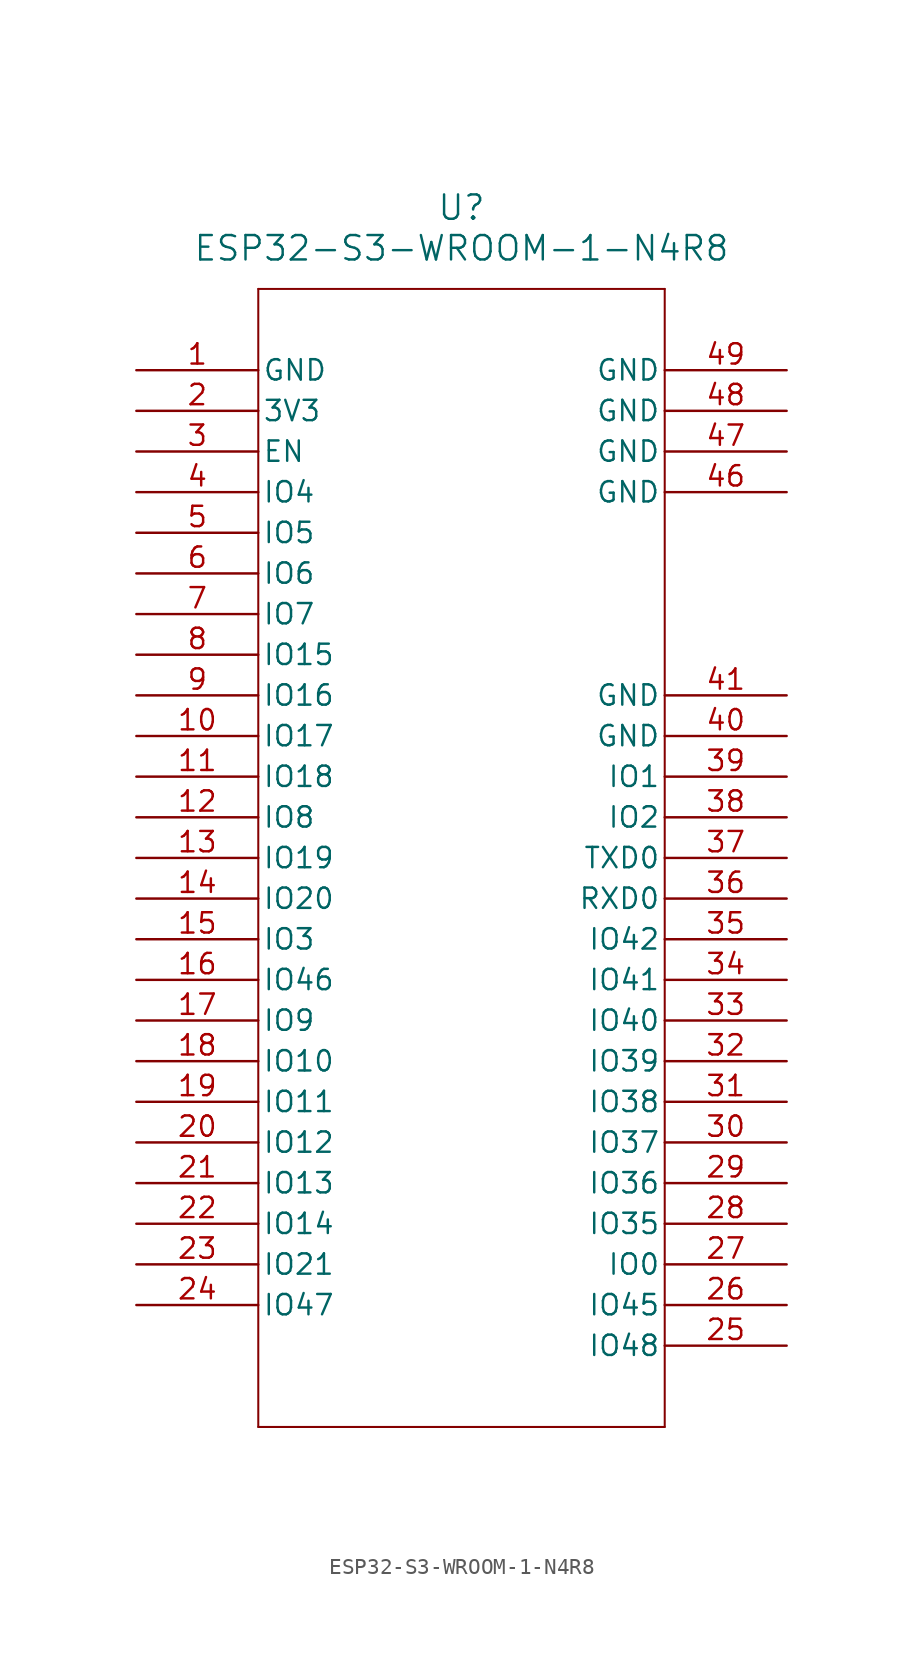
<source format=kicad_sym>
(kicad_symbol_lib
  (version 20211014)
  (generator kicad_symbol_editor)
  (symbol "ESP32-S3-WROOM-1-N4R8"
    (pin_names
      (offset 0.254))
    (property "Reference" "U"
      (at 20.32 10.16 0)
      (effects (font (size 1.524 1.524))))
    (property "Value" "ESP32-S3-WROOM-1-N4R8"
      (at 20.32 7.62 0)
      (effects (font (size 1.524 1.524))))
    (symbol "ESP32-S3-WROOM-1-N4R8_0_1"
      (polyline (pts (xy 7.62 5.08) (xy 7.62 -66.04)) (stroke (width 0.127) (type default) (color 0 0 0 0)) (fill (type none)))
      (polyline (pts (xy 7.62 -66.04) (xy 33.02 -66.04)) (stroke (width 0.127) (type default) (color 0 0 0 0)) (fill (type none)))
      (polyline (pts (xy 33.02 -66.04) (xy 33.02 5.08)) (stroke (width 0.127) (type default) (color 0 0 0 0)) (fill (type none)))
      (polyline (pts (xy 33.02 5.08) (xy 7.62 5.08)) (stroke (width 0.127) (type default) (color 0 0 0 0)) (fill (type none)))
      (pin power_out line (at 0 0 0) (length 7.62) (name "GND" (effects (font (size 1.27 1.27)))) (number "1" (effects (font (size 1.27 1.27)))))
      (pin power_in line (at 0 -2.54 0) (length 7.62) (name "3V3" (effects (font (size 1.27 1.27)))) (number "2" (effects (font (size 1.27 1.27)))))
      (pin input line (at 0 -5.08 0) (length 7.62) (name "EN" (effects (font (size 1.27 1.27)))) (number "3" (effects (font (size 1.27 1.27)))))
      (pin bidirectional line (at 0 -7.62 0) (length 7.62) (name "IO4" (effects (font (size 1.27 1.27)))) (number "4" (effects (font (size 1.27 1.27)))))
      (pin bidirectional line (at 0 -10.16 0) (length 7.62) (name "IO5" (effects (font (size 1.27 1.27)))) (number "5" (effects (font (size 1.27 1.27)))))
      (pin bidirectional line (at 0 -12.7 0) (length 7.62) (name "IO6" (effects (font (size 1.27 1.27)))) (number "6" (effects (font (size 1.27 1.27)))))
      (pin bidirectional line (at 0 -15.24 0) (length 7.62) (name "IO7" (effects (font (size 1.27 1.27)))) (number "7" (effects (font (size 1.27 1.27)))))
      (pin bidirectional line (at 0 -17.78 0) (length 7.62) (name "IO15" (effects (font (size 1.27 1.27)))) (number "8" (effects (font (size 1.27 1.27)))))
      (pin bidirectional line (at 0 -20.32 0) (length 7.62) (name "IO16" (effects (font (size 1.27 1.27)))) (number "9" (effects (font (size 1.27 1.27)))))
      (pin bidirectional line (at 0 -22.86 0) (length 7.62) (name "IO17" (effects (font (size 1.27 1.27)))) (number "10" (effects (font (size 1.27 1.27)))))
      (pin bidirectional line (at 0 -25.4 0) (length 7.62) (name "IO18" (effects (font (size 1.27 1.27)))) (number "11" (effects (font (size 1.27 1.27)))))
      (pin bidirectional line (at 0 -27.94 0) (length 7.62) (name "IO8" (effects (font (size 1.27 1.27)))) (number "12" (effects (font (size 1.27 1.27)))))
      (pin bidirectional line (at 0 -30.48 0) (length 7.62) (name "IO19" (effects (font (size 1.27 1.27)))) (number "13" (effects (font (size 1.27 1.27)))))
      (pin bidirectional line (at 0 -33.02 0) (length 7.62) (name "IO20" (effects (font (size 1.27 1.27)))) (number "14" (effects (font (size 1.27 1.27)))))
      (pin bidirectional line (at 0 -35.56 0) (length 7.62) (name "IO3" (effects (font (size 1.27 1.27)))) (number "15" (effects (font (size 1.27 1.27)))))
      (pin bidirectional line (at 0 -38.1 0) (length 7.62) (name "IO46" (effects (font (size 1.27 1.27)))) (number "16" (effects (font (size 1.27 1.27)))))
      (pin bidirectional line (at 0 -40.64 0) (length 7.62) (name "IO9" (effects (font (size 1.27 1.27)))) (number "17" (effects (font (size 1.27 1.27)))))
      (pin bidirectional line (at 0 -43.18 0) (length 7.62) (name "IO10" (effects (font (size 1.27 1.27)))) (number "18" (effects (font (size 1.27 1.27)))))
      (pin bidirectional line (at 0 -45.72 0) (length 7.62) (name "IO11" (effects (font (size 1.27 1.27)))) (number "19" (effects (font (size 1.27 1.27)))))
      (pin bidirectional line (at 0 -48.26 0) (length 7.62) (name "IO12" (effects (font (size 1.27 1.27)))) (number "20" (effects (font (size 1.27 1.27)))))
      (pin bidirectional line (at 0 -50.8 0) (length 7.62) (name "IO13" (effects (font (size 1.27 1.27)))) (number "21" (effects (font (size 1.27 1.27)))))
      (pin bidirectional line (at 0 -53.34 0) (length 7.62) (name "IO14" (effects (font (size 1.27 1.27)))) (number "22" (effects (font (size 1.27 1.27)))))
      (pin bidirectional line (at 0 -55.88 0) (length 7.62) (name "IO21" (effects (font (size 1.27 1.27)))) (number "23" (effects (font (size 1.27 1.27)))))
      (pin bidirectional line (at 0 -58.42 0) (length 7.62) (name "IO47" (effects (font (size 1.27 1.27)))) (number "24" (effects (font (size 1.27 1.27)))))
      (pin bidirectional line (at 40.64 -60.96 180) (length 7.62) (name "IO48" (effects (font (size 1.27 1.27)))) (number "25" (effects (font (size 1.27 1.27)))))
      (pin bidirectional line (at 40.64 -58.42 180) (length 7.62) (name "IO45" (effects (font (size 1.27 1.27)))) (number "26" (effects (font (size 1.27 1.27)))))
      (pin bidirectional line (at 40.64 -55.88 180) (length 7.62) (name "IO0" (effects (font (size 1.27 1.27)))) (number "27" (effects (font (size 1.27 1.27)))))
      (pin bidirectional line (at 40.64 -53.34 180) (length 7.62) (name "IO35" (effects (font (size 1.27 1.27)))) (number "28" (effects (font (size 1.27 1.27)))))
      (pin bidirectional line (at 40.64 -50.8 180) (length 7.62) (name "IO36" (effects (font (size 1.27 1.27)))) (number "29" (effects (font (size 1.27 1.27)))))
      (pin bidirectional line (at 40.64 -48.26 180) (length 7.62) (name "IO37" (effects (font (size 1.27 1.27)))) (number "30" (effects (font (size 1.27 1.27)))))
      (pin bidirectional line (at 40.64 -45.72 180) (length 7.62) (name "IO38" (effects (font (size 1.27 1.27)))) (number "31" (effects (font (size 1.27 1.27)))))
      (pin bidirectional line (at 40.64 -43.18 180) (length 7.62) (name "IO39" (effects (font (size 1.27 1.27)))) (number "32" (effects (font (size 1.27 1.27)))))
      (pin bidirectional line (at 40.64 -40.64 180) (length 7.62) (name "IO40" (effects (font (size 1.27 1.27)))) (number "33" (effects (font (size 1.27 1.27)))))
      (pin bidirectional line (at 40.64 -38.1 180) (length 7.62) (name "IO41" (effects (font (size 1.27 1.27)))) (number "34" (effects (font (size 1.27 1.27)))))
      (pin bidirectional line (at 40.64 -35.56 180) (length 7.62) (name "IO42" (effects (font (size 1.27 1.27)))) (number "35" (effects (font (size 1.27 1.27)))))
      (pin bidirectional line (at 40.64 -33.02 180) (length 7.62) (name "RXD0" (effects (font (size 1.27 1.27)))) (number "36" (effects (font (size 1.27 1.27)))))
      (pin bidirectional line (at 40.64 -30.48 180) (length 7.62) (name "TXD0" (effects (font (size 1.27 1.27)))) (number "37" (effects (font (size 1.27 1.27)))))
      (pin bidirectional line (at 40.64 -27.94 180) (length 7.62) (name "IO2" (effects (font (size 1.27 1.27)))) (number "38" (effects (font (size 1.27 1.27)))))
      (pin bidirectional line (at 40.64 -25.4 180) (length 7.62) (name "IO1" (effects (font (size 1.27 1.27)))) (number "39" (effects (font (size 1.27 1.27)))))
      (pin power_out line (at 40.64 -22.86 180) (length 7.62) (name "GND" (effects (font (size 1.27 1.27)))) (number "40" (effects (font (size 1.27 1.27)))))
      (pin power_out line (at 40.64 -20.32 180) (length 7.62) (name "GND" (effects (font (size 1.27 1.27)))) (number "41" (effects (font (size 1.27 1.27)))))
      (pin power_out line (at 40.64 -7.62 180) (length 7.62) (name "GND" (effects (font (size 1.27 1.27)))) (number "46" (effects (font (size 1.27 1.27)))))
      (pin power_out line (at 40.64 -5.08 180) (length 7.62) (name "GND" (effects (font (size 1.27 1.27)))) (number "47" (effects (font (size 1.27 1.27)))))
      (pin power_out line (at 40.64 -2.54 180) (length 7.62) (name "GND" (effects (font (size 1.27 1.27)))) (number "48" (effects (font (size 1.27 1.27)))))
      (pin power_out line (at 40.64 0 180) (length 7.62) (name "GND" (effects (font (size 1.27 1.27)))) (number "49" (effects (font (size 1.27 1.27))))))))
</source>
